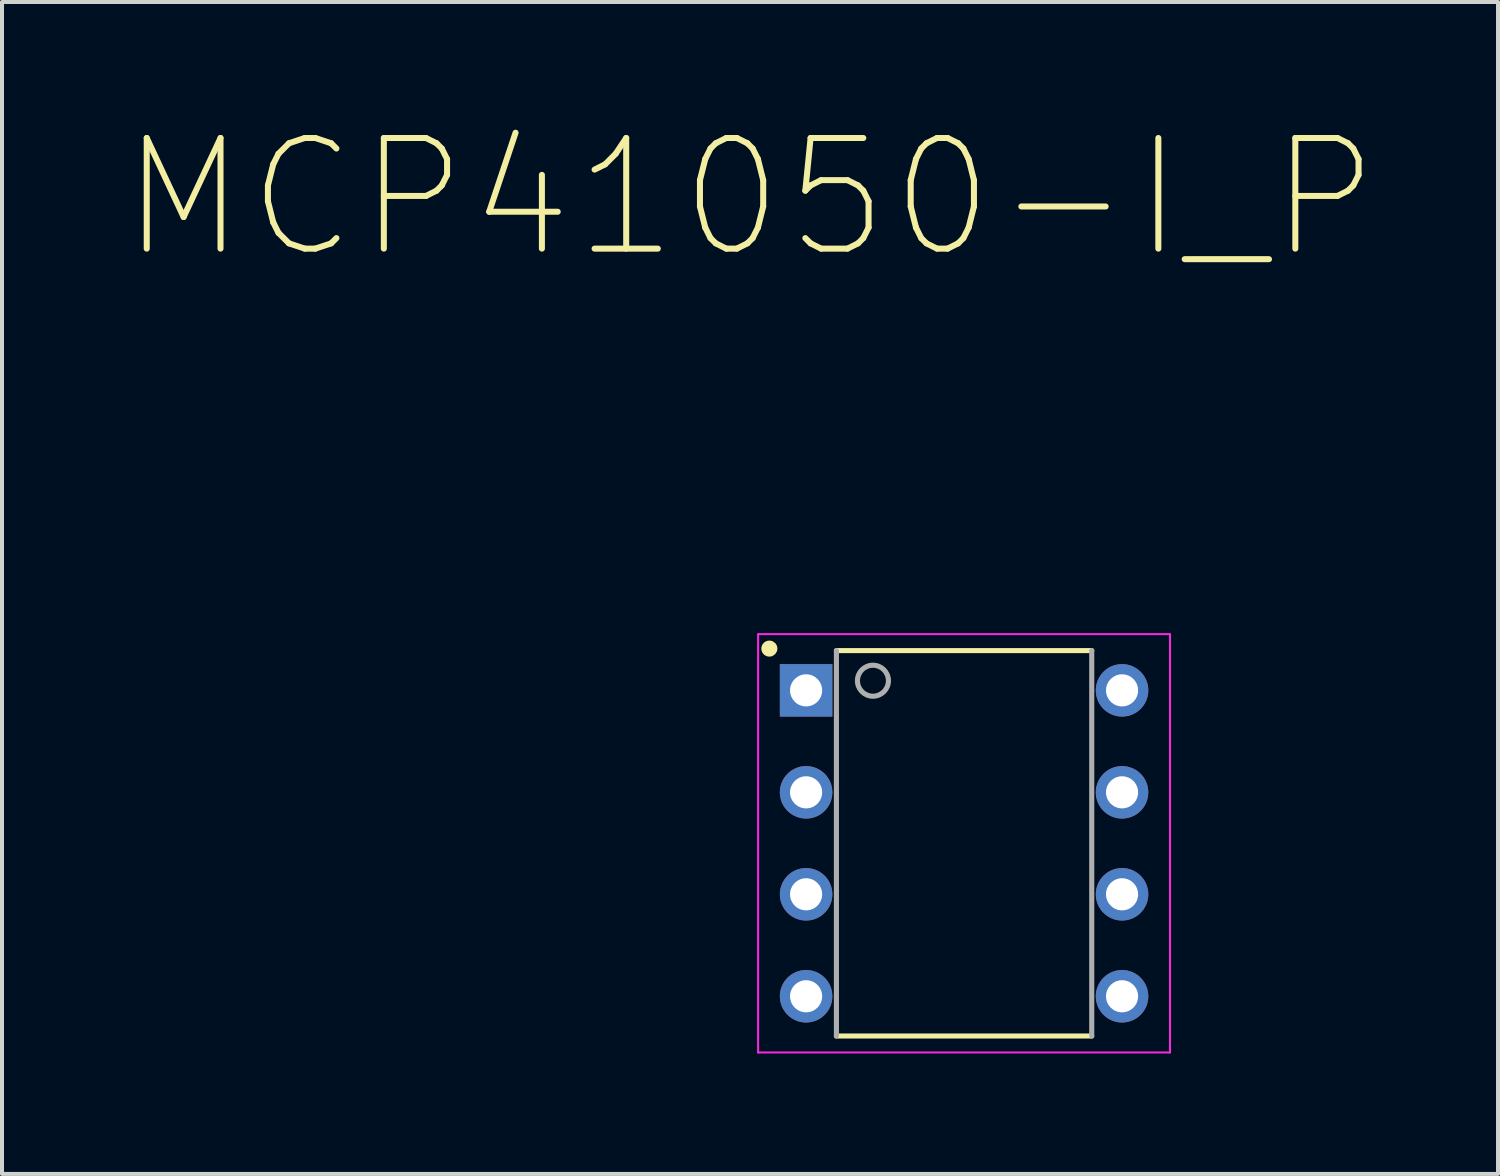
<source format=kicad_pcb>
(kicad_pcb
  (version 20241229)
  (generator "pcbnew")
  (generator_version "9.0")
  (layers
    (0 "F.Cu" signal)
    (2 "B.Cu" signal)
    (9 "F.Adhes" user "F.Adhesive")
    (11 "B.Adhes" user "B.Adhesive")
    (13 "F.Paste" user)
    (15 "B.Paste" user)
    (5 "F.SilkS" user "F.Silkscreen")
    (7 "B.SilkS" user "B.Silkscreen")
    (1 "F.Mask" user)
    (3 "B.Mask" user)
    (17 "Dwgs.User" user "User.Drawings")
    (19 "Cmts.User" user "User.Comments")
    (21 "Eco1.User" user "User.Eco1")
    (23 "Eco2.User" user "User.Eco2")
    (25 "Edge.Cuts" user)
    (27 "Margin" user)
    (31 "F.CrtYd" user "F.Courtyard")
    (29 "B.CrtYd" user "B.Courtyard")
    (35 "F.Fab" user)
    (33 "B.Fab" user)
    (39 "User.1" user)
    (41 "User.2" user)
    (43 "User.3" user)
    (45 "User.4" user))
  (footprint "MCP41050-I_P"
    (layer "F.Cu")
    (at 20.964 17.956)
    (property "Reference" "MCP41050-I_P" (at -5.332 -16.08 0) (layer "F.SilkS") (effects (font (size 2.756 2.756) (thickness 0.15))))
    (attr through_hole)
    (fp_line (start -3.18 -4.8) (end 3.18 -4.8) (stroke (width 0.127) (type solid)) (layer "F.SilkS"))
    (fp_line (start 3.18 4.8) (end -3.18 4.8) (stroke (width 0.127) (type solid)) (layer "F.SilkS"))
    (fp_circle (center -4.85 -4.85) (end -4.75 -4.85) (stroke (width 0.2) (type solid)) (fill no) (layer "F.SilkS"))
    (fp_line (start -5.13 -5.21) (end -5.13 5.21) (stroke (width 0.05) (type solid)) (layer "F.CrtYd"))
    (fp_line (start -5.13 5.21) (end 5.13 5.21) (stroke (width 0.05) (type solid)) (layer "F.CrtYd"))
    (fp_line (start 5.13 -5.21) (end -5.13 -5.21) (stroke (width 0.05) (type solid)) (layer "F.CrtYd"))
    (fp_line (start 5.13 5.21) (end 5.13 -5.21) (stroke (width 0.05) (type solid)) (layer "F.CrtYd"))
    (fp_line (start -3.18 4.8) (end -3.18 -4.8) (stroke (width 0.127) (type solid)) (layer "F.Fab"))
    (fp_line (start 3.18 -4.8) (end 3.18 4.8) (stroke (width 0.127) (type solid)) (layer "F.Fab"))
    (fp_circle (center -2.27 -4.05) (end -1.884 -4.05) (stroke (width 0.127) (type solid)) (fill no) (layer "F.Fab"))
    (pad "1" thru_hole rect (at -3.935 -3.81) (size 1.308 1.308) (drill 0.8) (layers "*.Cu" "*.Mask"))
    (pad "2" thru_hole circle (at -3.935 -1.27) (size 1.308 1.308) (drill 0.8) (layers "*.Cu" "*.Mask"))
    (pad "3" thru_hole circle (at -3.935 1.27) (size 1.308 1.308) (drill 0.8) (layers "*.Cu" "*.Mask"))
    (pad "4" thru_hole circle (at -3.935 3.81) (size 1.308 1.308) (drill 0.8) (layers "*.Cu" "*.Mask"))
    (pad "5" thru_hole circle (at 3.935 3.81) (size 1.308 1.308) (drill 0.8) (layers "*.Cu" "*.Mask"))
    (pad "6" thru_hole circle (at 3.935 1.27) (size 1.308 1.308) (drill 0.8) (layers "*.Cu" "*.Mask"))
    (pad "7" thru_hole circle (at 3.935 -1.27) (size 1.308 1.308) (drill 0.8) (layers "*.Cu" "*.Mask"))
    (pad "8" thru_hole circle (at 3.935 -3.81) (size 1.308 1.308) (drill 0.8) (layers "*.Cu" "*.Mask")))
  (gr_rect
    (start -3 -3)
    (end 34.264 26.191)
    (stroke (width 0.1) (type default))
    (fill no)
    (layer "Edge.Cuts")))
</source>
